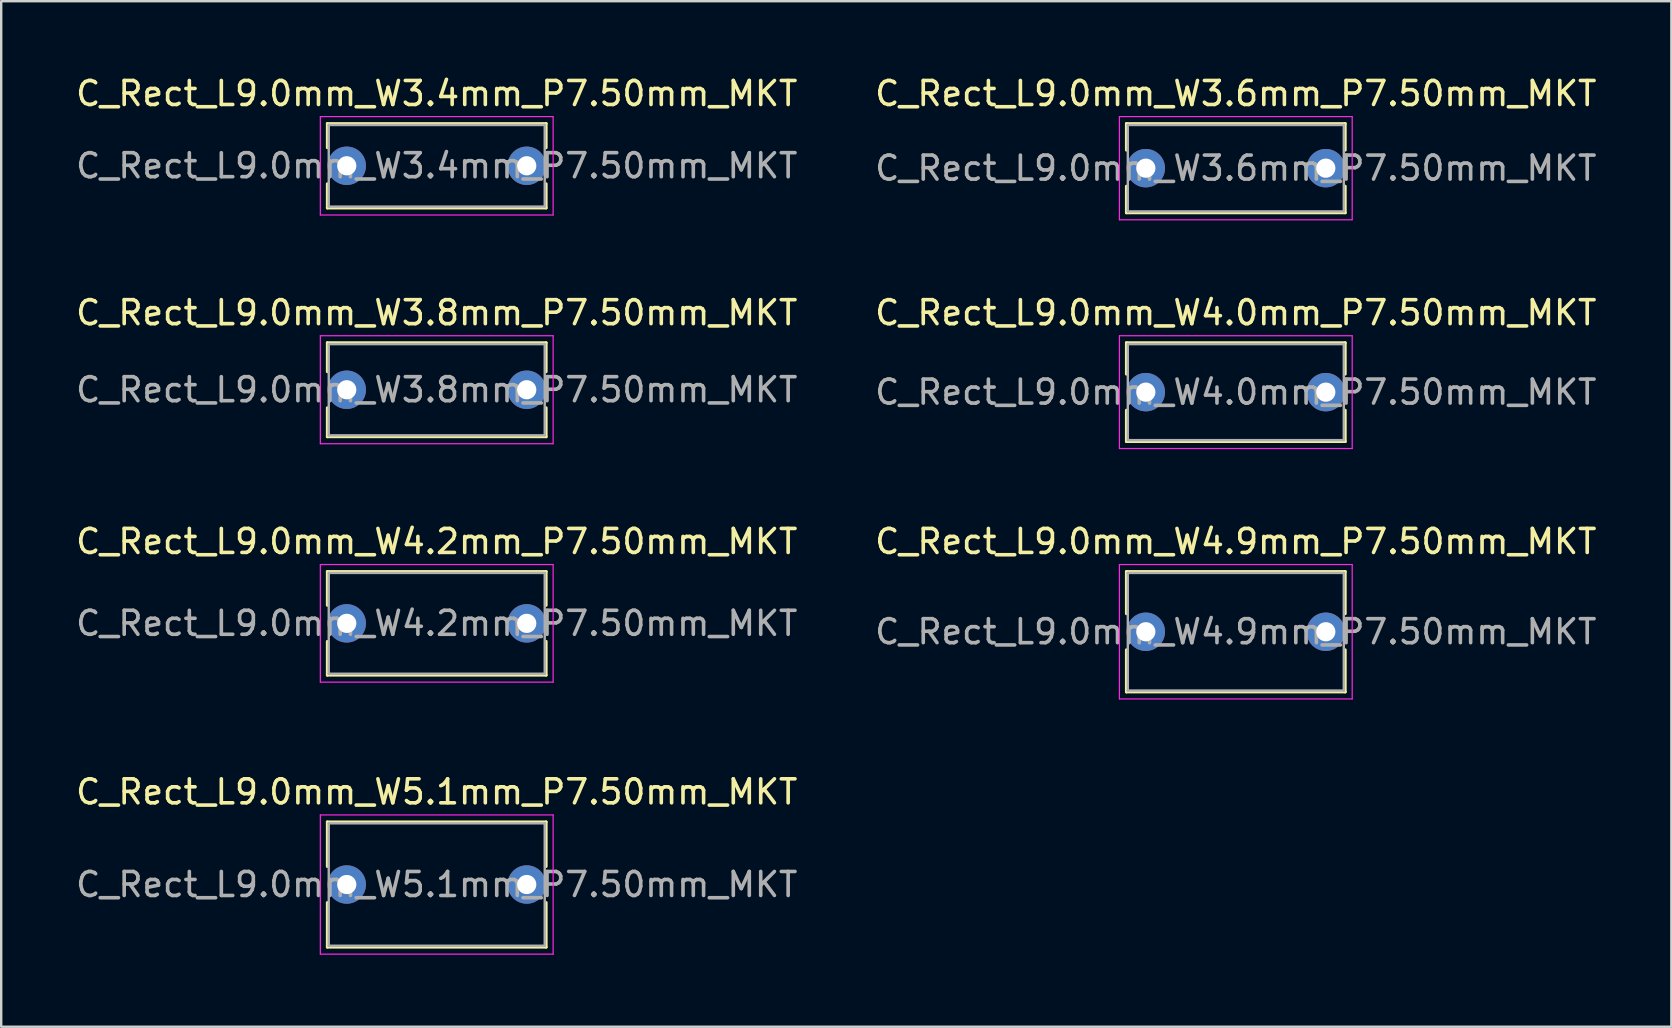
<source format=kicad_pcb>
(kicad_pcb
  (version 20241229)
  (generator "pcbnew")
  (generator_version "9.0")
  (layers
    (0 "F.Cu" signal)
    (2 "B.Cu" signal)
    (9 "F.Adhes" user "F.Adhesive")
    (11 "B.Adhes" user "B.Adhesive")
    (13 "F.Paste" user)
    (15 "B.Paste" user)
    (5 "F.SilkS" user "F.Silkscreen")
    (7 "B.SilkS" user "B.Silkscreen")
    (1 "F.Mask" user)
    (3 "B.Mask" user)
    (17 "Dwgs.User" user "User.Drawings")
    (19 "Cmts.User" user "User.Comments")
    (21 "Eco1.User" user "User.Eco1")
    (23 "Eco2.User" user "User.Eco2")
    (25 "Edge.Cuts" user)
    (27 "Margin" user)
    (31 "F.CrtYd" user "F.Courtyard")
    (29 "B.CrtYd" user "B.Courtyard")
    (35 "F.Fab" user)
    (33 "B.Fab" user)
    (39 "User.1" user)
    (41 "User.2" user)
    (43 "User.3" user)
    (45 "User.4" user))
  (footprint "C_Rect_L9.0mm_W4.9mm_P7.50mm_MKT"
    (layer "F.Cu")
    (at 44.696 23.275)
    (property "Reference" "C_Rect_L9.0mm_W4.9mm_P7.50mm_MKT" (at 3.75 -3.76 0) (layer "F.SilkS") (effects (font (size 1 1) (thickness 0.15))))
    (attr through_hole)
    (fp_line (start -0.81 -2.51) (end -0.81 -0.75) (stroke (width 0.12) (type solid)) (layer "F.SilkS"))
    (fp_line (start -0.81 -2.51) (end 8.31 -2.51) (stroke (width 0.12) (type solid)) (layer "F.SilkS"))
    (fp_line (start -0.81 0.75) (end -0.81 2.51) (stroke (width 0.12) (type solid)) (layer "F.SilkS"))
    (fp_line (start -0.81 2.51) (end 8.31 2.51) (stroke (width 0.12) (type solid)) (layer "F.SilkS"))
    (fp_line (start 8.31 -2.51) (end 8.31 -0.75) (stroke (width 0.12) (type solid)) (layer "F.SilkS"))
    (fp_line (start 8.31 0.75) (end 8.31 2.51) (stroke (width 0.12) (type solid)) (layer "F.SilkS"))
    (fp_line (start -1.1 -2.8) (end -1.1 2.8) (stroke (width 0.05) (type solid)) (layer "F.CrtYd"))
    (fp_line (start -1.1 2.8) (end 8.6 2.8) (stroke (width 0.05) (type solid)) (layer "F.CrtYd"))
    (fp_line (start 8.6 -2.8) (end -1.1 -2.8) (stroke (width 0.05) (type solid)) (layer "F.CrtYd"))
    (fp_line (start 8.6 2.8) (end 8.6 -2.8) (stroke (width 0.05) (type solid)) (layer "F.CrtYd"))
    (fp_line (start -0.75 -2.45) (end -0.75 2.45) (stroke (width 0.1) (type solid)) (layer "F.Fab"))
    (fp_line (start -0.75 2.45) (end 8.25 2.45) (stroke (width 0.1) (type solid)) (layer "F.Fab"))
    (fp_line (start 8.25 -2.45) (end -0.75 -2.45) (stroke (width 0.1) (type solid)) (layer "F.Fab"))
    (fp_line (start 8.25 2.45) (end 8.25 -2.45) (stroke (width 0.1) (type solid)) (layer "F.Fab"))
    (fp_text user "${REFERENCE}" (at 3.75 0 0) (layer "F.Fab") (effects (font (size 1 1) (thickness 0.15))))
    (pad "1" thru_hole circle (at 0 0) (size 1.6 1.6) (drill 0.8) (layers "*.Cu" "*.Mask"))
    (pad "2" thru_hole circle (at 7.5 0) (size 1.6 1.6) (drill 0.8) (layers "*.Cu" "*.Mask")))
  (footprint "C_Rect_L9.0mm_W3.6mm_P7.50mm_MKT"
    (layer "F.Cu")
    (at 44.696 3.958)
    (property "Reference" "C_Rect_L9.0mm_W3.6mm_P7.50mm_MKT" (at 3.75 -3.11 0) (layer "F.SilkS") (effects (font (size 1 1) (thickness 0.15))))
    (attr through_hole)
    (fp_line (start -0.81 -1.86) (end -0.81 -0.75) (stroke (width 0.12) (type solid)) (layer "F.SilkS"))
    (fp_line (start -0.81 -1.86) (end 8.31 -1.86) (stroke (width 0.12) (type solid)) (layer "F.SilkS"))
    (fp_line (start -0.81 0.75) (end -0.81 1.86) (stroke (width 0.12) (type solid)) (layer "F.SilkS"))
    (fp_line (start -0.81 1.86) (end 8.31 1.86) (stroke (width 0.12) (type solid)) (layer "F.SilkS"))
    (fp_line (start 8.31 -1.86) (end 8.31 -0.75) (stroke (width 0.12) (type solid)) (layer "F.SilkS"))
    (fp_line (start 8.31 0.75) (end 8.31 1.86) (stroke (width 0.12) (type solid)) (layer "F.SilkS"))
    (fp_line (start -1.1 -2.15) (end -1.1 2.15) (stroke (width 0.05) (type solid)) (layer "F.CrtYd"))
    (fp_line (start -1.1 2.15) (end 8.6 2.15) (stroke (width 0.05) (type solid)) (layer "F.CrtYd"))
    (fp_line (start 8.6 -2.15) (end -1.1 -2.15) (stroke (width 0.05) (type solid)) (layer "F.CrtYd"))
    (fp_line (start 8.6 2.15) (end 8.6 -2.15) (stroke (width 0.05) (type solid)) (layer "F.CrtYd"))
    (fp_line (start -0.75 -1.8) (end -0.75 1.8) (stroke (width 0.1) (type solid)) (layer "F.Fab"))
    (fp_line (start -0.75 1.8) (end 8.25 1.8) (stroke (width 0.1) (type solid)) (layer "F.Fab"))
    (fp_line (start 8.25 -1.8) (end -0.75 -1.8) (stroke (width 0.1) (type solid)) (layer "F.Fab"))
    (fp_line (start 8.25 1.8) (end 8.25 -1.8) (stroke (width 0.1) (type solid)) (layer "F.Fab"))
    (fp_text user "${REFERENCE}" (at 3.75 0 0) (layer "F.Fab") (effects (font (size 1 1) (thickness 0.15))))
    (pad "1" thru_hole circle (at 0 0) (size 1.6 1.6) (drill 0.8) (layers "*.Cu" "*.Mask"))
    (pad "2" thru_hole circle (at 7.5 0) (size 1.6 1.6) (drill 0.8) (layers "*.Cu" "*.Mask")))
  (footprint "C_Rect_L9.0mm_W4.0mm_P7.50mm_MKT"
    (layer "F.Cu")
    (at 44.696 13.291)
    (property "Reference" "C_Rect_L9.0mm_W4.0mm_P7.50mm_MKT" (at 3.75 -3.31 0) (layer "F.SilkS") (effects (font (size 1 1) (thickness 0.15))))
    (attr through_hole)
    (fp_line (start -0.81 -2.06) (end -0.81 -0.75) (stroke (width 0.12) (type solid)) (layer "F.SilkS"))
    (fp_line (start -0.81 -2.06) (end 8.31 -2.06) (stroke (width 0.12) (type solid)) (layer "F.SilkS"))
    (fp_line (start -0.81 0.75) (end -0.81 2.06) (stroke (width 0.12) (type solid)) (layer "F.SilkS"))
    (fp_line (start -0.81 2.06) (end 8.31 2.06) (stroke (width 0.12) (type solid)) (layer "F.SilkS"))
    (fp_line (start 8.31 -2.06) (end 8.31 -0.75) (stroke (width 0.12) (type solid)) (layer "F.SilkS"))
    (fp_line (start 8.31 0.75) (end 8.31 2.06) (stroke (width 0.12) (type solid)) (layer "F.SilkS"))
    (fp_line (start -1.1 -2.35) (end -1.1 2.35) (stroke (width 0.05) (type solid)) (layer "F.CrtYd"))
    (fp_line (start -1.1 2.35) (end 8.6 2.35) (stroke (width 0.05) (type solid)) (layer "F.CrtYd"))
    (fp_line (start 8.6 -2.35) (end -1.1 -2.35) (stroke (width 0.05) (type solid)) (layer "F.CrtYd"))
    (fp_line (start 8.6 2.35) (end 8.6 -2.35) (stroke (width 0.05) (type solid)) (layer "F.CrtYd"))
    (fp_line (start -0.75 -2) (end -0.75 2) (stroke (width 0.1) (type solid)) (layer "F.Fab"))
    (fp_line (start -0.75 2) (end 8.25 2) (stroke (width 0.1) (type solid)) (layer "F.Fab"))
    (fp_line (start 8.25 -2) (end -0.75 -2) (stroke (width 0.1) (type solid)) (layer "F.Fab"))
    (fp_line (start 8.25 2) (end 8.25 -2) (stroke (width 0.1) (type solid)) (layer "F.Fab"))
    (fp_text user "${REFERENCE}" (at 3.75 0 0) (layer "F.Fab") (effects (font (size 1 1) (thickness 0.15))))
    (pad "1" thru_hole circle (at 0 0) (size 1.6 1.6) (drill 0.8) (layers "*.Cu" "*.Mask"))
    (pad "2" thru_hole circle (at 7.5 0) (size 1.6 1.6) (drill 0.8) (layers "*.Cu" "*.Mask")))
  (footprint "C_Rect_L9.0mm_W5.1mm_P7.50mm_MKT"
    (layer "F.Cu")
    (at 11.399 33.808)
    (property "Reference" "C_Rect_L9.0mm_W5.1mm_P7.50mm_MKT" (at 3.75 -3.86 0) (layer "F.SilkS") (effects (font (size 1 1) (thickness 0.15))))
    (attr through_hole)
    (fp_line (start -0.81 -2.61) (end -0.81 -0.75) (stroke (width 0.12) (type solid)) (layer "F.SilkS"))
    (fp_line (start -0.81 -2.61) (end 8.31 -2.61) (stroke (width 0.12) (type solid)) (layer "F.SilkS"))
    (fp_line (start -0.81 0.75) (end -0.81 2.61) (stroke (width 0.12) (type solid)) (layer "F.SilkS"))
    (fp_line (start -0.81 2.61) (end 8.31 2.61) (stroke (width 0.12) (type solid)) (layer "F.SilkS"))
    (fp_line (start 8.31 -2.61) (end 8.31 -0.75) (stroke (width 0.12) (type solid)) (layer "F.SilkS"))
    (fp_line (start 8.31 0.75) (end 8.31 2.61) (stroke (width 0.12) (type solid)) (layer "F.SilkS"))
    (fp_line (start -1.1 -2.9) (end -1.1 2.9) (stroke (width 0.05) (type solid)) (layer "F.CrtYd"))
    (fp_line (start -1.1 2.9) (end 8.6 2.9) (stroke (width 0.05) (type solid)) (layer "F.CrtYd"))
    (fp_line (start 8.6 -2.9) (end -1.1 -2.9) (stroke (width 0.05) (type solid)) (layer "F.CrtYd"))
    (fp_line (start 8.6 2.9) (end 8.6 -2.9) (stroke (width 0.05) (type solid)) (layer "F.CrtYd"))
    (fp_line (start -0.75 -2.55) (end -0.75 2.55) (stroke (width 0.1) (type solid)) (layer "F.Fab"))
    (fp_line (start -0.75 2.55) (end 8.25 2.55) (stroke (width 0.1) (type solid)) (layer "F.Fab"))
    (fp_line (start 8.25 -2.55) (end -0.75 -2.55) (stroke (width 0.1) (type solid)) (layer "F.Fab"))
    (fp_line (start 8.25 2.55) (end 8.25 -2.55) (stroke (width 0.1) (type solid)) (layer "F.Fab"))
    (fp_text user "${REFERENCE}" (at 3.75 0 0) (layer "F.Fab") (effects (font (size 1 1) (thickness 0.15))))
    (pad "1" thru_hole circle (at 0 0) (size 1.6 1.6) (drill 0.8) (layers "*.Cu" "*.Mask"))
    (pad "2" thru_hole circle (at 7.5 0) (size 1.6 1.6) (drill 0.8) (layers "*.Cu" "*.Mask")))
  (footprint "C_Rect_L9.0mm_W3.4mm_P7.50mm_MKT"
    (layer "F.Cu")
    (at 11.399 3.858)
    (property "Reference" "C_Rect_L9.0mm_W3.4mm_P7.50mm_MKT" (at 3.75 -3.01 0) (layer "F.SilkS") (effects (font (size 1 1) (thickness 0.15))))
    (attr through_hole)
    (fp_line (start -0.81 -1.76) (end -0.81 -0.75) (stroke (width 0.12) (type solid)) (layer "F.SilkS"))
    (fp_line (start -0.81 -1.76) (end 8.31 -1.76) (stroke (width 0.12) (type solid)) (layer "F.SilkS"))
    (fp_line (start -0.81 0.75) (end -0.81 1.76) (stroke (width 0.12) (type solid)) (layer "F.SilkS"))
    (fp_line (start -0.81 1.76) (end 8.31 1.76) (stroke (width 0.12) (type solid)) (layer "F.SilkS"))
    (fp_line (start 8.31 -1.76) (end 8.31 -0.75) (stroke (width 0.12) (type solid)) (layer "F.SilkS"))
    (fp_line (start 8.31 0.75) (end 8.31 1.76) (stroke (width 0.12) (type solid)) (layer "F.SilkS"))
    (fp_line (start -1.1 -2.05) (end -1.1 2.05) (stroke (width 0.05) (type solid)) (layer "F.CrtYd"))
    (fp_line (start -1.1 2.05) (end 8.6 2.05) (stroke (width 0.05) (type solid)) (layer "F.CrtYd"))
    (fp_line (start 8.6 -2.05) (end -1.1 -2.05) (stroke (width 0.05) (type solid)) (layer "F.CrtYd"))
    (fp_line (start 8.6 2.05) (end 8.6 -2.05) (stroke (width 0.05) (type solid)) (layer "F.CrtYd"))
    (fp_line (start -0.75 -1.7) (end -0.75 1.7) (stroke (width 0.1) (type solid)) (layer "F.Fab"))
    (fp_line (start -0.75 1.7) (end 8.25 1.7) (stroke (width 0.1) (type solid)) (layer "F.Fab"))
    (fp_line (start 8.25 -1.7) (end -0.75 -1.7) (stroke (width 0.1) (type solid)) (layer "F.Fab"))
    (fp_line (start 8.25 1.7) (end 8.25 -1.7) (stroke (width 0.1) (type solid)) (layer "F.Fab"))
    (fp_text user "${REFERENCE}" (at 3.75 0 0) (layer "F.Fab") (effects (font (size 1 1) (thickness 0.15))))
    (pad "1" thru_hole circle (at 0 0) (size 1.6 1.6) (drill 0.8) (layers "*.Cu" "*.Mask"))
    (pad "2" thru_hole circle (at 7.5 0) (size 1.6 1.6) (drill 0.8) (layers "*.Cu" "*.Mask")))
  (footprint "C_Rect_L9.0mm_W3.8mm_P7.50mm_MKT"
    (layer "F.Cu")
    (at 11.399 13.191)
    (property "Reference" "C_Rect_L9.0mm_W3.8mm_P7.50mm_MKT" (at 3.75 -3.21 0) (layer "F.SilkS") (effects (font (size 1 1) (thickness 0.15))))
    (attr through_hole)
    (fp_line (start -0.81 -1.96) (end -0.81 -0.75) (stroke (width 0.12) (type solid)) (layer "F.SilkS"))
    (fp_line (start -0.81 -1.96) (end 8.31 -1.96) (stroke (width 0.12) (type solid)) (layer "F.SilkS"))
    (fp_line (start -0.81 0.75) (end -0.81 1.96) (stroke (width 0.12) (type solid)) (layer "F.SilkS"))
    (fp_line (start -0.81 1.96) (end 8.31 1.96) (stroke (width 0.12) (type solid)) (layer "F.SilkS"))
    (fp_line (start 8.31 -1.96) (end 8.31 -0.75) (stroke (width 0.12) (type solid)) (layer "F.SilkS"))
    (fp_line (start 8.31 0.75) (end 8.31 1.96) (stroke (width 0.12) (type solid)) (layer "F.SilkS"))
    (fp_line (start -1.1 -2.25) (end -1.1 2.25) (stroke (width 0.05) (type solid)) (layer "F.CrtYd"))
    (fp_line (start -1.1 2.25) (end 8.6 2.25) (stroke (width 0.05) (type solid)) (layer "F.CrtYd"))
    (fp_line (start 8.6 -2.25) (end -1.1 -2.25) (stroke (width 0.05) (type solid)) (layer "F.CrtYd"))
    (fp_line (start 8.6 2.25) (end 8.6 -2.25) (stroke (width 0.05) (type solid)) (layer "F.CrtYd"))
    (fp_line (start -0.75 -1.9) (end -0.75 1.9) (stroke (width 0.1) (type solid)) (layer "F.Fab"))
    (fp_line (start -0.75 1.9) (end 8.25 1.9) (stroke (width 0.1) (type solid)) (layer "F.Fab"))
    (fp_line (start 8.25 -1.9) (end -0.75 -1.9) (stroke (width 0.1) (type solid)) (layer "F.Fab"))
    (fp_line (start 8.25 1.9) (end 8.25 -1.9) (stroke (width 0.1) (type solid)) (layer "F.Fab"))
    (fp_text user "${REFERENCE}" (at 3.75 0 0) (layer "F.Fab") (effects (font (size 1 1) (thickness 0.15))))
    (pad "1" thru_hole circle (at 0 0) (size 1.6 1.6) (drill 0.8) (layers "*.Cu" "*.Mask"))
    (pad "2" thru_hole circle (at 7.5 0) (size 1.6 1.6) (drill 0.8) (layers "*.Cu" "*.Mask")))
  (footprint "C_Rect_L9.0mm_W4.2mm_P7.50mm_MKT"
    (layer "F.Cu")
    (at 11.399 22.925)
    (property "Reference" "C_Rect_L9.0mm_W4.2mm_P7.50mm_MKT" (at 3.75 -3.41 0) (layer "F.SilkS") (effects (font (size 1 1) (thickness 0.15))))
    (attr through_hole)
    (fp_line (start -0.81 -2.16) (end -0.81 -0.75) (stroke (width 0.12) (type solid)) (layer "F.SilkS"))
    (fp_line (start -0.81 -2.16) (end 8.31 -2.16) (stroke (width 0.12) (type solid)) (layer "F.SilkS"))
    (fp_line (start -0.81 0.75) (end -0.81 2.16) (stroke (width 0.12) (type solid)) (layer "F.SilkS"))
    (fp_line (start -0.81 2.16) (end 8.31 2.16) (stroke (width 0.12) (type solid)) (layer "F.SilkS"))
    (fp_line (start 8.31 -2.16) (end 8.31 -0.75) (stroke (width 0.12) (type solid)) (layer "F.SilkS"))
    (fp_line (start 8.31 0.75) (end 8.31 2.16) (stroke (width 0.12) (type solid)) (layer "F.SilkS"))
    (fp_line (start -1.1 -2.45) (end -1.1 2.45) (stroke (width 0.05) (type solid)) (layer "F.CrtYd"))
    (fp_line (start -1.1 2.45) (end 8.6 2.45) (stroke (width 0.05) (type solid)) (layer "F.CrtYd"))
    (fp_line (start 8.6 -2.45) (end -1.1 -2.45) (stroke (width 0.05) (type solid)) (layer "F.CrtYd"))
    (fp_line (start 8.6 2.45) (end 8.6 -2.45) (stroke (width 0.05) (type solid)) (layer "F.CrtYd"))
    (fp_line (start -0.75 -2.1) (end -0.75 2.1) (stroke (width 0.1) (type solid)) (layer "F.Fab"))
    (fp_line (start -0.75 2.1) (end 8.25 2.1) (stroke (width 0.1) (type solid)) (layer "F.Fab"))
    (fp_line (start 8.25 -2.1) (end -0.75 -2.1) (stroke (width 0.1) (type solid)) (layer "F.Fab"))
    (fp_line (start 8.25 2.1) (end 8.25 -2.1) (stroke (width 0.1) (type solid)) (layer "F.Fab"))
    (fp_text user "${REFERENCE}" (at 3.75 0 0) (layer "F.Fab") (effects (font (size 1 1) (thickness 0.15))))
    (pad "1" thru_hole circle (at 0 0) (size 1.6 1.6) (drill 0.8) (layers "*.Cu" "*.Mask"))
    (pad "2" thru_hole circle (at 7.5 0) (size 1.6 1.6) (drill 0.8) (layers "*.Cu" "*.Mask")))
  (gr_rect
    (start -3 -3)
    (end 66.595 39.733)
    (stroke (width 0.1) (type default))
    (fill no)
    (layer "Edge.Cuts")))
</source>
